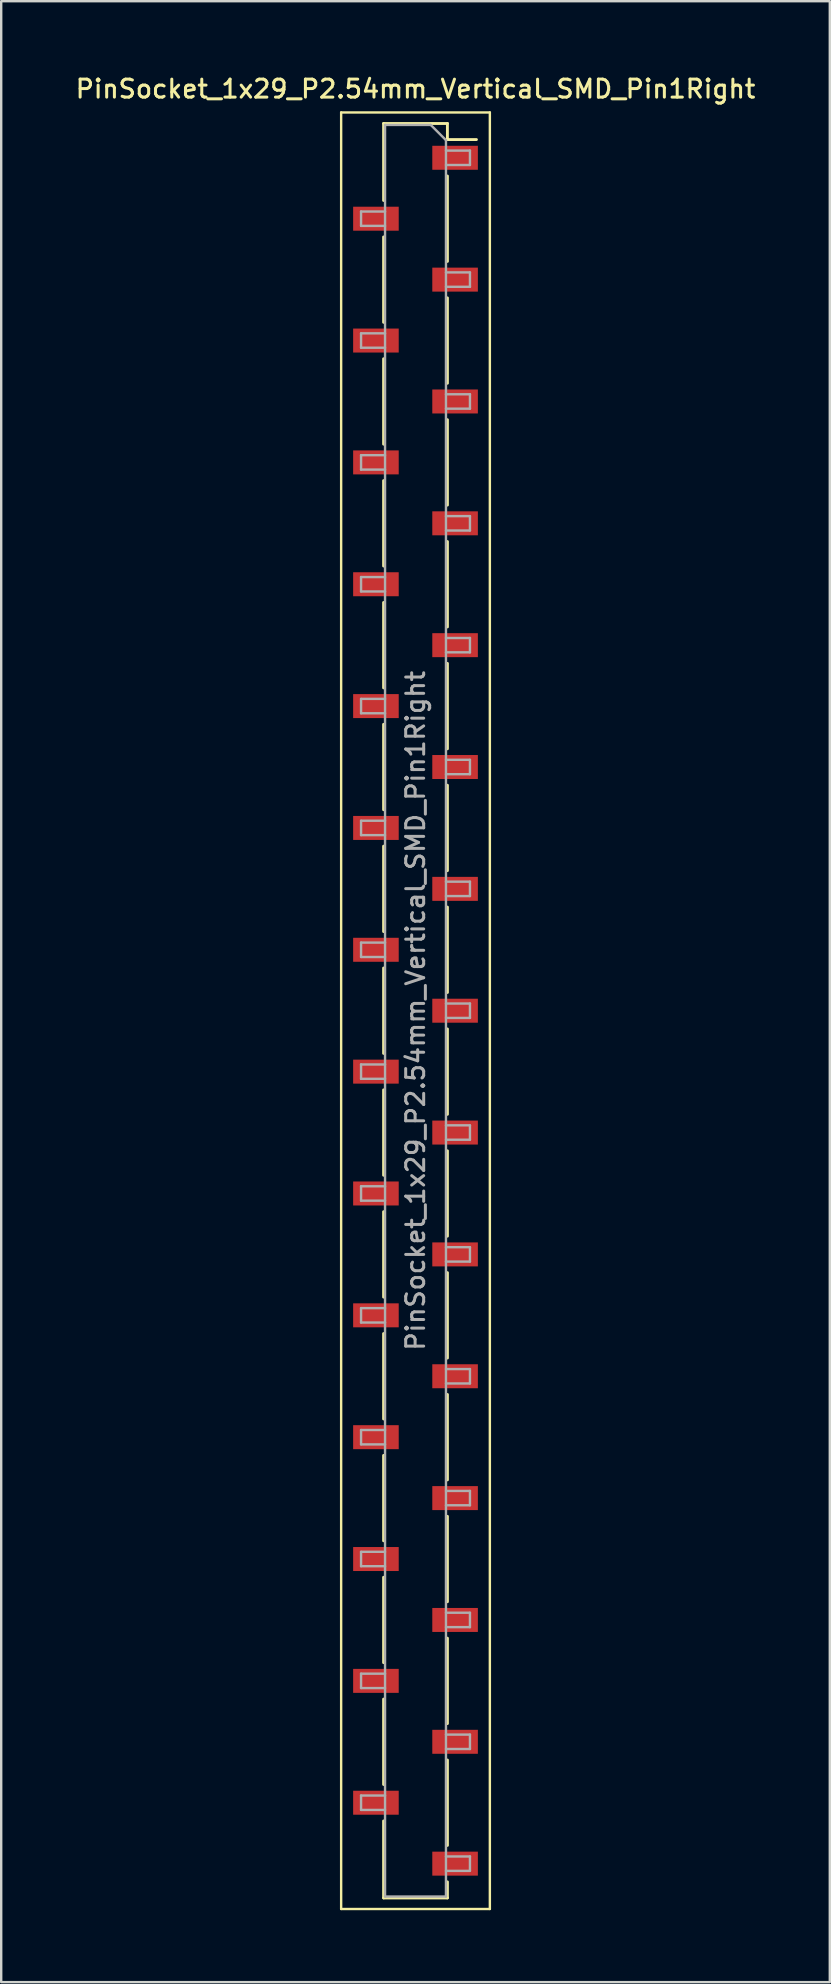
<source format=kicad_pcb>
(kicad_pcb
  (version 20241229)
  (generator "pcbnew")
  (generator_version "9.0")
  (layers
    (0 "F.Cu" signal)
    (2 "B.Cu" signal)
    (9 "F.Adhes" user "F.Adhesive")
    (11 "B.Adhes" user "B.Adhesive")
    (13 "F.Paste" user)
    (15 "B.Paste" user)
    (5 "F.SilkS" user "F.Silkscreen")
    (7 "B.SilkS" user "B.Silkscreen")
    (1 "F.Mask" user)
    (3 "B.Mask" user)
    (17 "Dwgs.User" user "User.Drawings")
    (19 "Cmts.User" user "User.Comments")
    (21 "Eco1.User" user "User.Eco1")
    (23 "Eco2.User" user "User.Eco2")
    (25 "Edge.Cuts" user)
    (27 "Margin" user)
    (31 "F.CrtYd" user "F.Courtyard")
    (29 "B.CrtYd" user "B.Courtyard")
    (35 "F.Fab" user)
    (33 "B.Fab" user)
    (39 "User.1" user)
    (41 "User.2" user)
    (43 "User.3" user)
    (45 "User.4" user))
  (footprint "PinSocket_1x29_P2.54mm_Vertical_SMD_Pin1Right"
    (layer "F.Cu")
    (at 14.273 39.088)
    (property "Reference" "PinSocket_1x29_P2.54mm_Vertical_SMD_Pin1Right" (at 0 -38.43 0) (layer "F.SilkS") (effects (font (size 0.75 0.75) (thickness 0.125))))
    (attr smd)
    (fp_line (start -3.1 -37.45) (end 3.1 -37.45) (stroke (width 0.1) (type solid)) (layer "F.SilkS"))
    (fp_line (start -3.1 37.45) (end -3.1 -37.45) (stroke (width 0.1) (type solid)) (layer "F.SilkS"))
    (fp_line (start -1.33 -36.99) (end -1.33 -33.78) (stroke (width 0.12) (type solid)) (layer "F.SilkS"))
    (fp_line (start -1.33 -36.99) (end 1.33 -36.99) (stroke (width 0.12) (type solid)) (layer "F.SilkS"))
    (fp_line (start -1.33 -32.26) (end -1.33 -28.7) (stroke (width 0.12) (type solid)) (layer "F.SilkS"))
    (fp_line (start -1.33 -27.18) (end -1.33 -23.62) (stroke (width 0.12) (type solid)) (layer "F.SilkS"))
    (fp_line (start -1.33 -22.1) (end -1.33 -18.54) (stroke (width 0.12) (type solid)) (layer "F.SilkS"))
    (fp_line (start -1.33 -17.02) (end -1.33 -13.46) (stroke (width 0.12) (type solid)) (layer "F.SilkS"))
    (fp_line (start -1.33 -11.94) (end -1.33 -8.38) (stroke (width 0.12) (type solid)) (layer "F.SilkS"))
    (fp_line (start -1.33 -6.86) (end -1.33 -3.3) (stroke (width 0.12) (type solid)) (layer "F.SilkS"))
    (fp_line (start -1.33 -1.78) (end -1.33 1.78) (stroke (width 0.12) (type solid)) (layer "F.SilkS"))
    (fp_line (start -1.33 3.3) (end -1.33 6.86) (stroke (width 0.12) (type solid)) (layer "F.SilkS"))
    (fp_line (start -1.33 8.38) (end -1.33 11.94) (stroke (width 0.12) (type solid)) (layer "F.SilkS"))
    (fp_line (start -1.33 13.46) (end -1.33 17.02) (stroke (width 0.12) (type solid)) (layer "F.SilkS"))
    (fp_line (start -1.33 18.54) (end -1.33 22.1) (stroke (width 0.12) (type solid)) (layer "F.SilkS"))
    (fp_line (start -1.33 23.62) (end -1.33 27.18) (stroke (width 0.12) (type solid)) (layer "F.SilkS"))
    (fp_line (start -1.33 28.7) (end -1.33 32.26) (stroke (width 0.12) (type solid)) (layer "F.SilkS"))
    (fp_line (start -1.33 33.78) (end -1.33 36.99) (stroke (width 0.12) (type solid)) (layer "F.SilkS"))
    (fp_line (start -1.33 36.99) (end 1.33 36.99) (stroke (width 0.12) (type solid)) (layer "F.SilkS"))
    (fp_line (start 1.33 -36.99) (end 1.33 -36.32) (stroke (width 0.12) (type solid)) (layer "F.SilkS"))
    (fp_line (start 1.33 -36.32) (end 2.54 -36.32) (stroke (width 0.12) (type solid)) (layer "F.SilkS"))
    (fp_line (start 1.33 -34.8) (end 1.33 -31.24) (stroke (width 0.12) (type solid)) (layer "F.SilkS"))
    (fp_line (start 1.33 -29.72) (end 1.33 -26.16) (stroke (width 0.12) (type solid)) (layer "F.SilkS"))
    (fp_line (start 1.33 -24.64) (end 1.33 -21.08) (stroke (width 0.12) (type solid)) (layer "F.SilkS"))
    (fp_line (start 1.33 -19.56) (end 1.33 -16) (stroke (width 0.12) (type solid)) (layer "F.SilkS"))
    (fp_line (start 1.33 -14.48) (end 1.33 -10.92) (stroke (width 0.12) (type solid)) (layer "F.SilkS"))
    (fp_line (start 1.33 -9.4) (end 1.33 -5.84) (stroke (width 0.12) (type solid)) (layer "F.SilkS"))
    (fp_line (start 1.33 -4.32) (end 1.33 -0.76) (stroke (width 0.12) (type solid)) (layer "F.SilkS"))
    (fp_line (start 1.33 0.76) (end 1.33 4.32) (stroke (width 0.12) (type solid)) (layer "F.SilkS"))
    (fp_line (start 1.33 5.84) (end 1.33 9.4) (stroke (width 0.12) (type solid)) (layer "F.SilkS"))
    (fp_line (start 1.33 10.92) (end 1.33 14.48) (stroke (width 0.12) (type solid)) (layer "F.SilkS"))
    (fp_line (start 1.33 16) (end 1.33 19.56) (stroke (width 0.12) (type solid)) (layer "F.SilkS"))
    (fp_line (start 1.33 21.08) (end 1.33 24.64) (stroke (width 0.12) (type solid)) (layer "F.SilkS"))
    (fp_line (start 1.33 26.16) (end 1.33 29.72) (stroke (width 0.12) (type solid)) (layer "F.SilkS"))
    (fp_line (start 1.33 31.24) (end 1.33 34.8) (stroke (width 0.12) (type solid)) (layer "F.SilkS"))
    (fp_line (start 1.33 36.32) (end 1.33 36.99) (stroke (width 0.12) (type solid)) (layer "F.SilkS"))
    (fp_line (start 3.1 -37.45) (end 3.1 37.45) (stroke (width 0.1) (type solid)) (layer "F.SilkS"))
    (fp_line (start 3.1 37.45) (end -3.1 37.45) (stroke (width 0.1) (type solid)) (layer "F.SilkS"))
    (fp_line (start -2.27 -33.32) (end -1.27 -33.32) (stroke (width 0.1) (type solid)) (layer "F.Fab"))
    (fp_line (start -2.27 -32.72) (end -2.27 -33.32) (stroke (width 0.1) (type solid)) (layer "F.Fab"))
    (fp_line (start -2.27 -28.24) (end -1.27 -28.24) (stroke (width 0.1) (type solid)) (layer "F.Fab"))
    (fp_line (start -2.27 -27.64) (end -2.27 -28.24) (stroke (width 0.1) (type solid)) (layer "F.Fab"))
    (fp_line (start -2.27 -23.16) (end -1.27 -23.16) (stroke (width 0.1) (type solid)) (layer "F.Fab"))
    (fp_line (start -2.27 -22.56) (end -2.27 -23.16) (stroke (width 0.1) (type solid)) (layer "F.Fab"))
    (fp_line (start -2.27 -18.08) (end -1.27 -18.08) (stroke (width 0.1) (type solid)) (layer "F.Fab"))
    (fp_line (start -2.27 -17.48) (end -2.27 -18.08) (stroke (width 0.1) (type solid)) (layer "F.Fab"))
    (fp_line (start -2.27 -13) (end -1.27 -13) (stroke (width 0.1) (type solid)) (layer "F.Fab"))
    (fp_line (start -2.27 -12.4) (end -2.27 -13) (stroke (width 0.1) (type solid)) (layer "F.Fab"))
    (fp_line (start -2.27 -7.92) (end -1.27 -7.92) (stroke (width 0.1) (type solid)) (layer "F.Fab"))
    (fp_line (start -2.27 -7.32) (end -2.27 -7.92) (stroke (width 0.1) (type solid)) (layer "F.Fab"))
    (fp_line (start -2.27 -2.84) (end -1.27 -2.84) (stroke (width 0.1) (type solid)) (layer "F.Fab"))
    (fp_line (start -2.27 -2.24) (end -2.27 -2.84) (stroke (width 0.1) (type solid)) (layer "F.Fab"))
    (fp_line (start -2.27 2.24) (end -1.27 2.24) (stroke (width 0.1) (type solid)) (layer "F.Fab"))
    (fp_line (start -2.27 2.84) (end -2.27 2.24) (stroke (width 0.1) (type solid)) (layer "F.Fab"))
    (fp_line (start -2.27 7.32) (end -1.27 7.32) (stroke (width 0.1) (type solid)) (layer "F.Fab"))
    (fp_line (start -2.27 7.92) (end -2.27 7.32) (stroke (width 0.1) (type solid)) (layer "F.Fab"))
    (fp_line (start -2.27 12.4) (end -1.27 12.4) (stroke (width 0.1) (type solid)) (layer "F.Fab"))
    (fp_line (start -2.27 13) (end -2.27 12.4) (stroke (width 0.1) (type solid)) (layer "F.Fab"))
    (fp_line (start -2.27 17.48) (end -1.27 17.48) (stroke (width 0.1) (type solid)) (layer "F.Fab"))
    (fp_line (start -2.27 18.08) (end -2.27 17.48) (stroke (width 0.1) (type solid)) (layer "F.Fab"))
    (fp_line (start -2.27 22.56) (end -1.27 22.56) (stroke (width 0.1) (type solid)) (layer "F.Fab"))
    (fp_line (start -2.27 23.16) (end -2.27 22.56) (stroke (width 0.1) (type solid)) (layer "F.Fab"))
    (fp_line (start -2.27 27.64) (end -1.27 27.64) (stroke (width 0.1) (type solid)) (layer "F.Fab"))
    (fp_line (start -2.27 28.24) (end -2.27 27.64) (stroke (width 0.1) (type solid)) (layer "F.Fab"))
    (fp_line (start -2.27 32.72) (end -1.27 32.72) (stroke (width 0.1) (type solid)) (layer "F.Fab"))
    (fp_line (start -2.27 33.32) (end -2.27 32.72) (stroke (width 0.1) (type solid)) (layer "F.Fab"))
    (fp_line (start -1.27 -36.93) (end 0.635 -36.93) (stroke (width 0.1) (type solid)) (layer "F.Fab"))
    (fp_line (start -1.27 -32.72) (end -2.27 -32.72) (stroke (width 0.1) (type solid)) (layer "F.Fab"))
    (fp_line (start -1.27 -27.64) (end -2.27 -27.64) (stroke (width 0.1) (type solid)) (layer "F.Fab"))
    (fp_line (start -1.27 -22.56) (end -2.27 -22.56) (stroke (width 0.1) (type solid)) (layer "F.Fab"))
    (fp_line (start -1.27 -17.48) (end -2.27 -17.48) (stroke (width 0.1) (type solid)) (layer "F.Fab"))
    (fp_line (start -1.27 -12.4) (end -2.27 -12.4) (stroke (width 0.1) (type solid)) (layer "F.Fab"))
    (fp_line (start -1.27 -7.32) (end -2.27 -7.32) (stroke (width 0.1) (type solid)) (layer "F.Fab"))
    (fp_line (start -1.27 -2.24) (end -2.27 -2.24) (stroke (width 0.1) (type solid)) (layer "F.Fab"))
    (fp_line (start -1.27 2.84) (end -2.27 2.84) (stroke (width 0.1) (type solid)) (layer "F.Fab"))
    (fp_line (start -1.27 7.92) (end -2.27 7.92) (stroke (width 0.1) (type solid)) (layer "F.Fab"))
    (fp_line (start -1.27 13) (end -2.27 13) (stroke (width 0.1) (type solid)) (layer "F.Fab"))
    (fp_line (start -1.27 18.08) (end -2.27 18.08) (stroke (width 0.1) (type solid)) (layer "F.Fab"))
    (fp_line (start -1.27 23.16) (end -2.27 23.16) (stroke (width 0.1) (type solid)) (layer "F.Fab"))
    (fp_line (start -1.27 28.24) (end -2.27 28.24) (stroke (width 0.1) (type solid)) (layer "F.Fab"))
    (fp_line (start -1.27 33.32) (end -2.27 33.32) (stroke (width 0.1) (type solid)) (layer "F.Fab"))
    (fp_line (start -1.27 36.93) (end -1.27 -36.93) (stroke (width 0.1) (type solid)) (layer "F.Fab"))
    (fp_line (start 0.635 -36.93) (end 1.27 -36.295) (stroke (width 0.1) (type solid)) (layer "F.Fab"))
    (fp_line (start 1.27 -36.295) (end 1.27 36.93) (stroke (width 0.1) (type solid)) (layer "F.Fab"))
    (fp_line (start 1.27 -35.86) (end 2.27 -35.86) (stroke (width 0.1) (type solid)) (layer "F.Fab"))
    (fp_line (start 1.27 -30.78) (end 2.27 -30.78) (stroke (width 0.1) (type solid)) (layer "F.Fab"))
    (fp_line (start 1.27 -25.7) (end 2.27 -25.7) (stroke (width 0.1) (type solid)) (layer "F.Fab"))
    (fp_line (start 1.27 -20.62) (end 2.27 -20.62) (stroke (width 0.1) (type solid)) (layer "F.Fab"))
    (fp_line (start 1.27 -15.54) (end 2.27 -15.54) (stroke (width 0.1) (type solid)) (layer "F.Fab"))
    (fp_line (start 1.27 -10.46) (end 2.27 -10.46) (stroke (width 0.1) (type solid)) (layer "F.Fab"))
    (fp_line (start 1.27 -5.38) (end 2.27 -5.38) (stroke (width 0.1) (type solid)) (layer "F.Fab"))
    (fp_line (start 1.27 -0.3) (end 2.27 -0.3) (stroke (width 0.1) (type solid)) (layer "F.Fab"))
    (fp_line (start 1.27 4.78) (end 2.27 4.78) (stroke (width 0.1) (type solid)) (layer "F.Fab"))
    (fp_line (start 1.27 9.86) (end 2.27 9.86) (stroke (width 0.1) (type solid)) (layer "F.Fab"))
    (fp_line (start 1.27 14.94) (end 2.27 14.94) (stroke (width 0.1) (type solid)) (layer "F.Fab"))
    (fp_line (start 1.27 20.02) (end 2.27 20.02) (stroke (width 0.1) (type solid)) (layer "F.Fab"))
    (fp_line (start 1.27 25.1) (end 2.27 25.1) (stroke (width 0.1) (type solid)) (layer "F.Fab"))
    (fp_line (start 1.27 30.18) (end 2.27 30.18) (stroke (width 0.1) (type solid)) (layer "F.Fab"))
    (fp_line (start 1.27 35.26) (end 2.27 35.26) (stroke (width 0.1) (type solid)) (layer "F.Fab"))
    (fp_line (start 1.27 36.93) (end -1.27 36.93) (stroke (width 0.1) (type solid)) (layer "F.Fab"))
    (fp_line (start 2.27 -35.86) (end 2.27 -35.26) (stroke (width 0.1) (type solid)) (layer "F.Fab"))
    (fp_line (start 2.27 -35.26) (end 1.27 -35.26) (stroke (width 0.1) (type solid)) (layer "F.Fab"))
    (fp_line (start 2.27 -30.78) (end 2.27 -30.18) (stroke (width 0.1) (type solid)) (layer "F.Fab"))
    (fp_line (start 2.27 -30.18) (end 1.27 -30.18) (stroke (width 0.1) (type solid)) (layer "F.Fab"))
    (fp_line (start 2.27 -25.7) (end 2.27 -25.1) (stroke (width 0.1) (type solid)) (layer "F.Fab"))
    (fp_line (start 2.27 -25.1) (end 1.27 -25.1) (stroke (width 0.1) (type solid)) (layer "F.Fab"))
    (fp_line (start 2.27 -20.62) (end 2.27 -20.02) (stroke (width 0.1) (type solid)) (layer "F.Fab"))
    (fp_line (start 2.27 -20.02) (end 1.27 -20.02) (stroke (width 0.1) (type solid)) (layer "F.Fab"))
    (fp_line (start 2.27 -15.54) (end 2.27 -14.94) (stroke (width 0.1) (type solid)) (layer "F.Fab"))
    (fp_line (start 2.27 -14.94) (end 1.27 -14.94) (stroke (width 0.1) (type solid)) (layer "F.Fab"))
    (fp_line (start 2.27 -10.46) (end 2.27 -9.86) (stroke (width 0.1) (type solid)) (layer "F.Fab"))
    (fp_line (start 2.27 -9.86) (end 1.27 -9.86) (stroke (width 0.1) (type solid)) (layer "F.Fab"))
    (fp_line (start 2.27 -5.38) (end 2.27 -4.78) (stroke (width 0.1) (type solid)) (layer "F.Fab"))
    (fp_line (start 2.27 -4.78) (end 1.27 -4.78) (stroke (width 0.1) (type solid)) (layer "F.Fab"))
    (fp_line (start 2.27 -0.3) (end 2.27 0.3) (stroke (width 0.1) (type solid)) (layer "F.Fab"))
    (fp_line (start 2.27 0.3) (end 1.27 0.3) (stroke (width 0.1) (type solid)) (layer "F.Fab"))
    (fp_line (start 2.27 4.78) (end 2.27 5.38) (stroke (width 0.1) (type solid)) (layer "F.Fab"))
    (fp_line (start 2.27 5.38) (end 1.27 5.38) (stroke (width 0.1) (type solid)) (layer "F.Fab"))
    (fp_line (start 2.27 9.86) (end 2.27 10.46) (stroke (width 0.1) (type solid)) (layer "F.Fab"))
    (fp_line (start 2.27 10.46) (end 1.27 10.46) (stroke (width 0.1) (type solid)) (layer "F.Fab"))
    (fp_line (start 2.27 14.94) (end 2.27 15.54) (stroke (width 0.1) (type solid)) (layer "F.Fab"))
    (fp_line (start 2.27 15.54) (end 1.27 15.54) (stroke (width 0.1) (type solid)) (layer "F.Fab"))
    (fp_line (start 2.27 20.02) (end 2.27 20.62) (stroke (width 0.1) (type solid)) (layer "F.Fab"))
    (fp_line (start 2.27 20.62) (end 1.27 20.62) (stroke (width 0.1) (type solid)) (layer "F.Fab"))
    (fp_line (start 2.27 25.1) (end 2.27 25.7) (stroke (width 0.1) (type solid)) (layer "F.Fab"))
    (fp_line (start 2.27 25.7) (end 1.27 25.7) (stroke (width 0.1) (type solid)) (layer "F.Fab"))
    (fp_line (start 2.27 30.18) (end 2.27 30.78) (stroke (width 0.1) (type solid)) (layer "F.Fab"))
    (fp_line (start 2.27 30.78) (end 1.27 30.78) (stroke (width 0.1) (type solid)) (layer "F.Fab"))
    (fp_line (start 2.27 35.26) (end 2.27 35.86) (stroke (width 0.1) (type solid)) (layer "F.Fab"))
    (fp_line (start 2.27 35.86) (end 1.27 35.86) (stroke (width 0.1) (type solid)) (layer "F.Fab"))
    (fp_text user "${REFERENCE}" (at 0 0 90) (layer "F.Fab") (effects (font (size 0.75 0.75) (thickness 0.125))))
    (pad "1" smd rect (at 1.65 -35.56) (size 1.9 1) (layers "F.Cu" "F.Mask" "F.Paste"))
    (pad "2" smd rect (at -1.65 -33.02) (size 1.9 1) (layers "F.Cu" "F.Mask" "F.Paste"))
    (pad "3" smd rect (at 1.65 -30.48) (size 1.9 1) (layers "F.Cu" "F.Mask" "F.Paste"))
    (pad "4" smd rect (at -1.65 -27.94) (size 1.9 1) (layers "F.Cu" "F.Mask" "F.Paste"))
    (pad "5" smd rect (at 1.65 -25.4) (size 1.9 1) (layers "F.Cu" "F.Mask" "F.Paste"))
    (pad "6" smd rect (at -1.65 -22.86) (size 1.9 1) (layers "F.Cu" "F.Mask" "F.Paste"))
    (pad "7" smd rect (at 1.65 -20.32) (size 1.9 1) (layers "F.Cu" "F.Mask" "F.Paste"))
    (pad "8" smd rect (at -1.65 -17.78) (size 1.9 1) (layers "F.Cu" "F.Mask" "F.Paste"))
    (pad "9" smd rect (at 1.65 -15.24) (size 1.9 1) (layers "F.Cu" "F.Mask" "F.Paste"))
    (pad "10" smd rect (at -1.65 -12.7) (size 1.9 1) (layers "F.Cu" "F.Mask" "F.Paste"))
    (pad "11" smd rect (at 1.65 -10.16) (size 1.9 1) (layers "F.Cu" "F.Mask" "F.Paste"))
    (pad "12" smd rect (at -1.65 -7.62) (size 1.9 1) (layers "F.Cu" "F.Mask" "F.Paste"))
    (pad "13" smd rect (at 1.65 -5.08) (size 1.9 1) (layers "F.Cu" "F.Mask" "F.Paste"))
    (pad "14" smd rect (at -1.65 -2.54) (size 1.9 1) (layers "F.Cu" "F.Mask" "F.Paste"))
    (pad "15" smd rect (at 1.65 0) (size 1.9 1) (layers "F.Cu" "F.Mask" "F.Paste"))
    (pad "16" smd rect (at -1.65 2.54) (size 1.9 1) (layers "F.Cu" "F.Mask" "F.Paste"))
    (pad "17" smd rect (at 1.65 5.08) (size 1.9 1) (layers "F.Cu" "F.Mask" "F.Paste"))
    (pad "18" smd rect (at -1.65 7.62) (size 1.9 1) (layers "F.Cu" "F.Mask" "F.Paste"))
    (pad "19" smd rect (at 1.65 10.16) (size 1.9 1) (layers "F.Cu" "F.Mask" "F.Paste"))
    (pad "20" smd rect (at -1.65 12.7) (size 1.9 1) (layers "F.Cu" "F.Mask" "F.Paste"))
    (pad "21" smd rect (at 1.65 15.24) (size 1.9 1) (layers "F.Cu" "F.Mask" "F.Paste"))
    (pad "22" smd rect (at -1.65 17.78) (size 1.9 1) (layers "F.Cu" "F.Mask" "F.Paste"))
    (pad "23" smd rect (at 1.65 20.32) (size 1.9 1) (layers "F.Cu" "F.Mask" "F.Paste"))
    (pad "24" smd rect (at -1.65 22.86) (size 1.9 1) (layers "F.Cu" "F.Mask" "F.Paste"))
    (pad "25" smd rect (at 1.65 25.4) (size 1.9 1) (layers "F.Cu" "F.Mask" "F.Paste"))
    (pad "26" smd rect (at -1.65 27.94) (size 1.9 1) (layers "F.Cu" "F.Mask" "F.Paste"))
    (pad "27" smd rect (at 1.65 30.48) (size 1.9 1) (layers "F.Cu" "F.Mask" "F.Paste"))
    (pad "28" smd rect (at -1.65 33.02) (size 1.9 1) (layers "F.Cu" "F.Mask" "F.Paste"))
    (pad "29" smd rect (at 1.65 35.56) (size 1.9 1) (layers "F.Cu" "F.Mask" "F.Paste")))
  (gr_rect
    (start -3 -3)
    (end 31.546 79.588)
    (stroke (width 0.1) (type default))
    (fill no)
    (layer "Edge.Cuts")))
</source>
